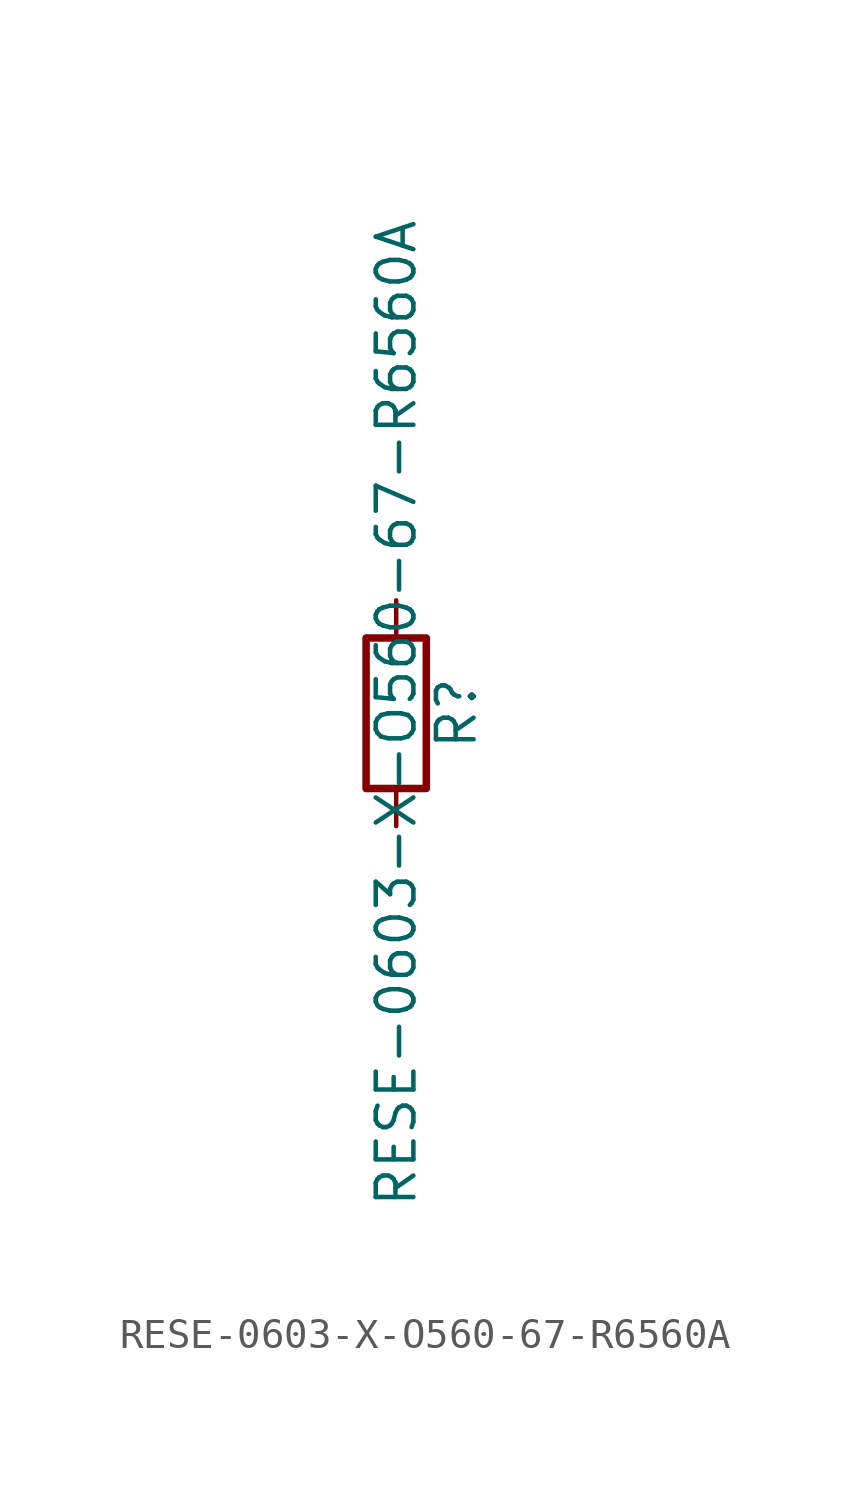
<source format=kicad_sym>
(kicad_symbol_lib
  (version 20211014)
  (generator kicad_symbol_editor)
  (symbol "RESE-0603-X-O560-67-R6560A"
    (pin_numbers hide)
    (pin_names
      (offset 0))
    (property "Reference" "R"
      (at 2.032 0 90)
      (effects (font (size 1.27 1.27))))
    (property "Value" "RESE-0603-X-O560-67-R6560A"
      (at 0 0 90)
      (effects (font (size 1.27 1.27))))
    (symbol "RESE-0603-X-O560-67-R6560A_0_1"
      (rectangle (start -1.016 -2.54) (end 1.016 2.54) (stroke (width 0.254) (type default) (color 0 0 0 0)) (fill (type none))))
    (symbol "RESE-0603-X-O560-67-R6560A_1_1"
      (pin passive line (at 0 3.81 270) (length 1.27) (name "~" (effects (font (size 1.27 1.27)))) (number "1" (effects (font (size 1.27 1.27)))))
      (pin passive line (at 0 -3.81 90) (length 1.27) (name "~" (effects (font (size 1.27 1.27)))) (number "2" (effects (font (size 1.27 1.27))))))))
</source>
